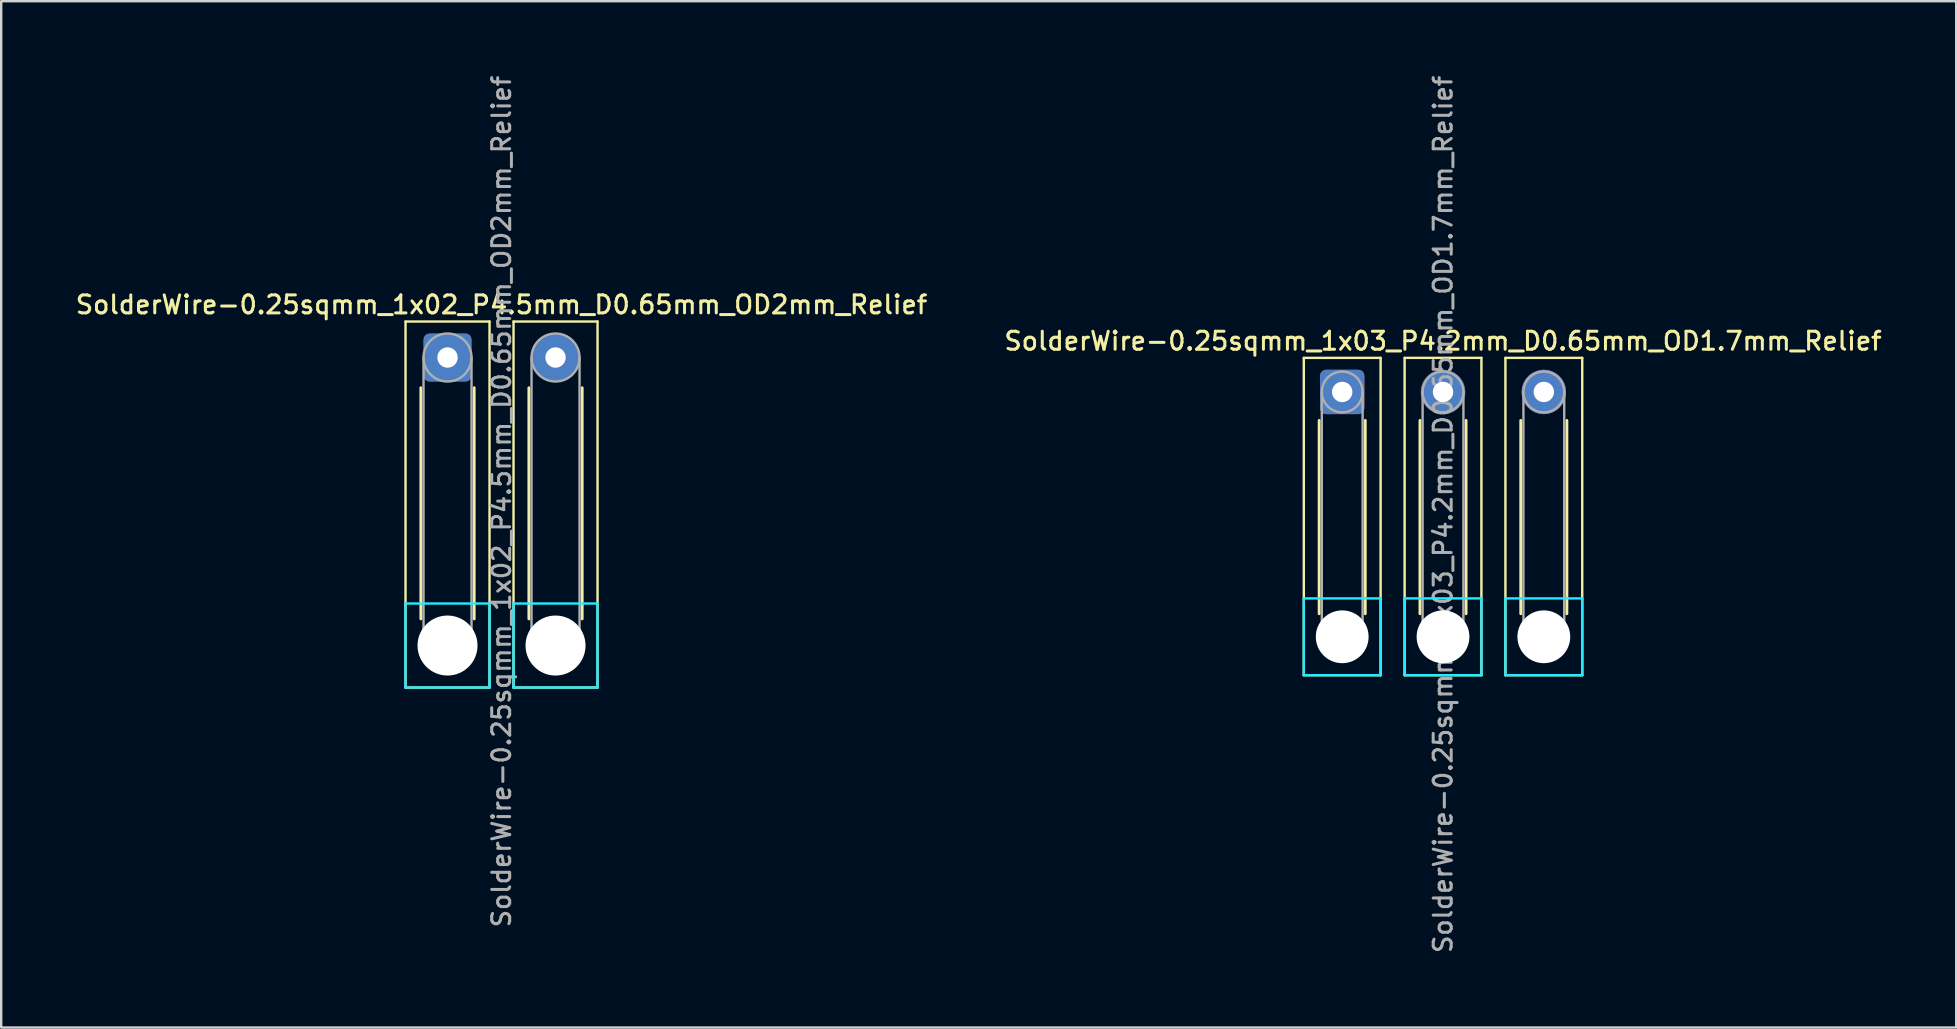
<source format=kicad_pcb>
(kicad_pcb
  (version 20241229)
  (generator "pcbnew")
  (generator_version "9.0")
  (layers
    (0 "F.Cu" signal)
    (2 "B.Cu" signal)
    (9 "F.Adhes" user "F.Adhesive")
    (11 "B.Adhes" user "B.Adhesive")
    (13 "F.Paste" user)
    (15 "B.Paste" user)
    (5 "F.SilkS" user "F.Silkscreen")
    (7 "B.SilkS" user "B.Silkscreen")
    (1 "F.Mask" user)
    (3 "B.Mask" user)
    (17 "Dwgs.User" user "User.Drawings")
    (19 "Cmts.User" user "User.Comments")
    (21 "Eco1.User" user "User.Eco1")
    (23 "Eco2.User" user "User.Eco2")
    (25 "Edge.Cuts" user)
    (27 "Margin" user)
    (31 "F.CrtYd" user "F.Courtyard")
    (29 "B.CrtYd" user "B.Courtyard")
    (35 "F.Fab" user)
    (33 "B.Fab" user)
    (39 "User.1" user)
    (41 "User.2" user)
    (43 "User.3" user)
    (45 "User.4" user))
  (footprint "SolderWire-0.25sqmm_1x02_P4.5mm_D0.65mm_OD2mm_Relief"
    (layer "F.Cu")
    (at 15.595 11.845)
    (property "Reference" "SolderWire-0.25sqmm_1x02_P4.5mm_D0.65mm_OD2mm_Relief" (at 2.25 -2.2 0) (layer "F.SilkS") (effects (font (size 0.75 0.75) (thickness 0.125))))
    (attr exclude_from_pos_files exclude_from_bom)
    (fp_line (start -1.75 -1.5) (end -1.75 13.75) (stroke (width 0.1) (type solid)) (layer "F.SilkS"))
    (fp_line (start -1.75 13.75) (end 1.75 13.75) (stroke (width 0.1) (type solid)) (layer "F.SilkS"))
    (fp_line (start -1.11 1.26) (end -1.11 10.89) (stroke (width 0.12) (type solid)) (layer "F.SilkS"))
    (fp_line (start 1.11 1.26) (end 1.11 10.89) (stroke (width 0.12) (type solid)) (layer "F.SilkS"))
    (fp_line (start 1.75 -1.5) (end -1.75 -1.5) (stroke (width 0.1) (type solid)) (layer "F.SilkS"))
    (fp_line (start 1.75 13.75) (end 1.75 -1.5) (stroke (width 0.1) (type solid)) (layer "F.SilkS"))
    (fp_line (start 2.75 -1.5) (end 2.75 13.75) (stroke (width 0.1) (type solid)) (layer "F.SilkS"))
    (fp_line (start 2.75 13.75) (end 6.25 13.75) (stroke (width 0.1) (type solid)) (layer "F.SilkS"))
    (fp_line (start 3.39 1.26) (end 3.39 10.89) (stroke (width 0.12) (type solid)) (layer "F.SilkS"))
    (fp_line (start 5.61 1.26) (end 5.61 10.89) (stroke (width 0.12) (type solid)) (layer "F.SilkS"))
    (fp_line (start 6.25 -1.5) (end 2.75 -1.5) (stroke (width 0.1) (type solid)) (layer "F.SilkS"))
    (fp_line (start 6.25 13.75) (end 6.25 -1.5) (stroke (width 0.1) (type solid)) (layer "F.SilkS"))
    (fp_line (start -1.75 10.25) (end -1.75 13.75) (stroke (width 0.1) (type solid)) (layer "B.CrtYd"))
    (fp_line (start -1.75 13.75) (end 1.75 13.75) (stroke (width 0.1) (type solid)) (layer "B.CrtYd"))
    (fp_line (start 1.75 10.25) (end -1.75 10.25) (stroke (width 0.1) (type solid)) (layer "B.CrtYd"))
    (fp_line (start 1.75 13.75) (end 1.75 10.25) (stroke (width 0.1) (type solid)) (layer "B.CrtYd"))
    (fp_line (start 2.75 10.25) (end 2.75 13.75) (stroke (width 0.1) (type solid)) (layer "B.CrtYd"))
    (fp_line (start 2.75 13.75) (end 6.25 13.75) (stroke (width 0.1) (type solid)) (layer "B.CrtYd"))
    (fp_line (start 6.25 10.25) (end 2.75 10.25) (stroke (width 0.1) (type solid)) (layer "B.CrtYd"))
    (fp_line (start 6.25 13.75) (end 6.25 10.25) (stroke (width 0.1) (type solid)) (layer "B.CrtYd"))
    (fp_line (start -1 0) (end -1 12) (stroke (width 0.1) (type solid)) (layer "F.Fab"))
    (fp_line (start 1 0) (end 1 12) (stroke (width 0.1) (type solid)) (layer "F.Fab"))
    (fp_line (start 3.5 0) (end 3.5 12) (stroke (width 0.1) (type solid)) (layer "F.Fab"))
    (fp_line (start 5.5 0) (end 5.5 12) (stroke (width 0.1) (type solid)) (layer "F.Fab"))
    (fp_circle (center 0 0) (end 1 0) (stroke (width 0.1) (type solid)) (fill no) (layer "F.Fab"))
    (fp_circle (center 0 12) (end 1 12) (stroke (width 0.1) (type solid)) (fill no) (layer "F.Fab"))
    (fp_circle (center 4.5 0) (end 5.5 0) (stroke (width 0.1) (type solid)) (fill no) (layer "F.Fab"))
    (fp_circle (center 4.5 12) (end 5.5 12) (stroke (width 0.1) (type solid)) (fill no) (layer "F.Fab"))
    (fp_text user "${REFERENCE}" (at 2.25 6 90) (layer "F.Fab") (effects (font (size 0.75 0.75) (thickness 0.125))))
    (pad "" np_thru_hole circle (at 0 12) (size 2.5 2.5) (drill 2.5) (layers "*.Cu" "*.Mask"))
    (pad "" np_thru_hole circle (at 4.5 12) (size 2.5 2.5) (drill 2.5) (layers "*.Cu" "*.Mask"))
    (pad "1" thru_hole roundrect (at 0 0) (size 2 2) (drill 0.85) (layers "*.Cu" "*.Mask") (roundrect_rratio 0.125))
    (pad "2" thru_hole circle (at 4.5 0) (size 2 2) (drill 0.85) (layers "*.Cu" "*.Mask")))
  (footprint "SolderWire-0.25sqmm_1x03_P4.2mm_D0.65mm_OD1.7mm_Relief"
    (layer "F.Cu")
    (at 52.87 13.28)
    (property "Reference" "SolderWire-0.25sqmm_1x03_P4.2mm_D0.65mm_OD1.7mm_Relief" (at 4.2 -2.12 0) (layer "F.SilkS") (effects (font (size 0.75 0.75) (thickness 0.125))))
    (attr exclude_from_pos_files exclude_from_bom)
    (fp_line (start -1.6 -1.42) (end -1.6 11.8) (stroke (width 0.1) (type solid)) (layer "F.SilkS"))
    (fp_line (start -1.6 11.8) (end 1.6 11.8) (stroke (width 0.1) (type solid)) (layer "F.SilkS"))
    (fp_line (start -0.96 1.185) (end -0.96 9.24) (stroke (width 0.12) (type solid)) (layer "F.SilkS"))
    (fp_line (start 0.96 1.185) (end 0.96 9.24) (stroke (width 0.12) (type solid)) (layer "F.SilkS"))
    (fp_line (start 1.6 -1.42) (end -1.6 -1.42) (stroke (width 0.1) (type solid)) (layer "F.SilkS"))
    (fp_line (start 1.6 11.8) (end 1.6 -1.42) (stroke (width 0.1) (type solid)) (layer "F.SilkS"))
    (fp_line (start 2.6 -1.42) (end 2.6 11.8) (stroke (width 0.1) (type solid)) (layer "F.SilkS"))
    (fp_line (start 2.6 11.8) (end 5.8 11.8) (stroke (width 0.1) (type solid)) (layer "F.SilkS"))
    (fp_line (start 3.24 1.185) (end 3.24 9.24) (stroke (width 0.12) (type solid)) (layer "F.SilkS"))
    (fp_line (start 5.16 1.185) (end 5.16 9.24) (stroke (width 0.12) (type solid)) (layer "F.SilkS"))
    (fp_line (start 5.8 -1.42) (end 2.6 -1.42) (stroke (width 0.1) (type solid)) (layer "F.SilkS"))
    (fp_line (start 5.8 11.8) (end 5.8 -1.42) (stroke (width 0.1) (type solid)) (layer "F.SilkS"))
    (fp_line (start 6.8 -1.42) (end 6.8 11.8) (stroke (width 0.1) (type solid)) (layer "F.SilkS"))
    (fp_line (start 6.8 11.8) (end 10 11.8) (stroke (width 0.1) (type solid)) (layer "F.SilkS"))
    (fp_line (start 7.44 1.185) (end 7.44 9.24) (stroke (width 0.12) (type solid)) (layer "F.SilkS"))
    (fp_line (start 9.36 1.185) (end 9.36 9.24) (stroke (width 0.12) (type solid)) (layer "F.SilkS"))
    (fp_line (start 10 -1.42) (end 6.8 -1.42) (stroke (width 0.1) (type solid)) (layer "F.SilkS"))
    (fp_line (start 10 11.8) (end 10 -1.42) (stroke (width 0.1) (type solid)) (layer "F.SilkS"))
    (fp_line (start -1.6 8.6) (end -1.6 11.8) (stroke (width 0.1) (type solid)) (layer "B.CrtYd"))
    (fp_line (start -1.6 11.8) (end 1.6 11.8) (stroke (width 0.1) (type solid)) (layer "B.CrtYd"))
    (fp_line (start 1.6 8.6) (end -1.6 8.6) (stroke (width 0.1) (type solid)) (layer "B.CrtYd"))
    (fp_line (start 1.6 11.8) (end 1.6 8.6) (stroke (width 0.1) (type solid)) (layer "B.CrtYd"))
    (fp_line (start 2.6 8.6) (end 2.6 11.8) (stroke (width 0.1) (type solid)) (layer "B.CrtYd"))
    (fp_line (start 2.6 11.8) (end 5.8 11.8) (stroke (width 0.1) (type solid)) (layer "B.CrtYd"))
    (fp_line (start 5.8 8.6) (end 2.6 8.6) (stroke (width 0.1) (type solid)) (layer "B.CrtYd"))
    (fp_line (start 5.8 11.8) (end 5.8 8.6) (stroke (width 0.1) (type solid)) (layer "B.CrtYd"))
    (fp_line (start 6.8 8.6) (end 6.8 11.8) (stroke (width 0.1) (type solid)) (layer "B.CrtYd"))
    (fp_line (start 6.8 11.8) (end 10 11.8) (stroke (width 0.1) (type solid)) (layer "B.CrtYd"))
    (fp_line (start 10 8.6) (end 6.8 8.6) (stroke (width 0.1) (type solid)) (layer "B.CrtYd"))
    (fp_line (start 10 11.8) (end 10 8.6) (stroke (width 0.1) (type solid)) (layer "B.CrtYd"))
    (fp_line (start -0.85 0) (end -0.85 10.2) (stroke (width 0.1) (type solid)) (layer "F.Fab"))
    (fp_line (start 0.85 0) (end 0.85 10.2) (stroke (width 0.1) (type solid)) (layer "F.Fab"))
    (fp_line (start 3.35 0) (end 3.35 10.2) (stroke (width 0.1) (type solid)) (layer "F.Fab"))
    (fp_line (start 5.05 0) (end 5.05 10.2) (stroke (width 0.1) (type solid)) (layer "F.Fab"))
    (fp_line (start 7.55 0) (end 7.55 10.2) (stroke (width 0.1) (type solid)) (layer "F.Fab"))
    (fp_line (start 9.25 0) (end 9.25 10.2) (stroke (width 0.1) (type solid)) (layer "F.Fab"))
    (fp_circle (center 0 0) (end 0.85 0) (stroke (width 0.1) (type solid)) (fill no) (layer "F.Fab"))
    (fp_circle (center 0 10.2) (end 0.85 10.2) (stroke (width 0.1) (type solid)) (fill no) (layer "F.Fab"))
    (fp_circle (center 4.2 0) (end 5.05 0) (stroke (width 0.1) (type solid)) (fill no) (layer "F.Fab"))
    (fp_circle (center 4.2 10.2) (end 5.05 10.2) (stroke (width 0.1) (type solid)) (fill no) (layer "F.Fab"))
    (fp_circle (center 8.4 0) (end 9.25 0) (stroke (width 0.1) (type solid)) (fill no) (layer "F.Fab"))
    (fp_circle (center 8.4 10.2) (end 9.25 10.2) (stroke (width 0.1) (type solid)) (fill no) (layer "F.Fab"))
    (fp_text user "${REFERENCE}" (at 4.2 5.1 90) (layer "F.Fab") (effects (font (size 0.75 0.75) (thickness 0.125))))
    (pad "" np_thru_hole circle (at 0 10.2) (size 2.2 2.2) (drill 2.2) (layers "*.Cu" "*.Mask"))
    (pad "" np_thru_hole circle (at 4.2 10.2) (size 2.2 2.2) (drill 2.2) (layers "*.Cu" "*.Mask"))
    (pad "" np_thru_hole circle (at 8.4 10.2) (size 2.2 2.2) (drill 2.2) (layers "*.Cu" "*.Mask"))
    (pad "1" thru_hole roundrect (at 0 0) (size 1.85 1.85) (drill 0.85) (layers "*.Cu" "*.Mask") (roundrect_rratio 0.135))
    (pad "2" thru_hole circle (at 4.2 0) (size 1.85 1.85) (drill 0.85) (layers "*.Cu" "*.Mask"))
    (pad "3" thru_hole circle (at 8.4 0) (size 1.85 1.85) (drill 0.85) (layers "*.Cu" "*.Mask")))
  (gr_rect
    (start -3 -3)
    (end 78.45 39.761)
    (stroke (width 0.1) (type default))
    (fill no)
    (layer "Edge.Cuts")))
</source>
